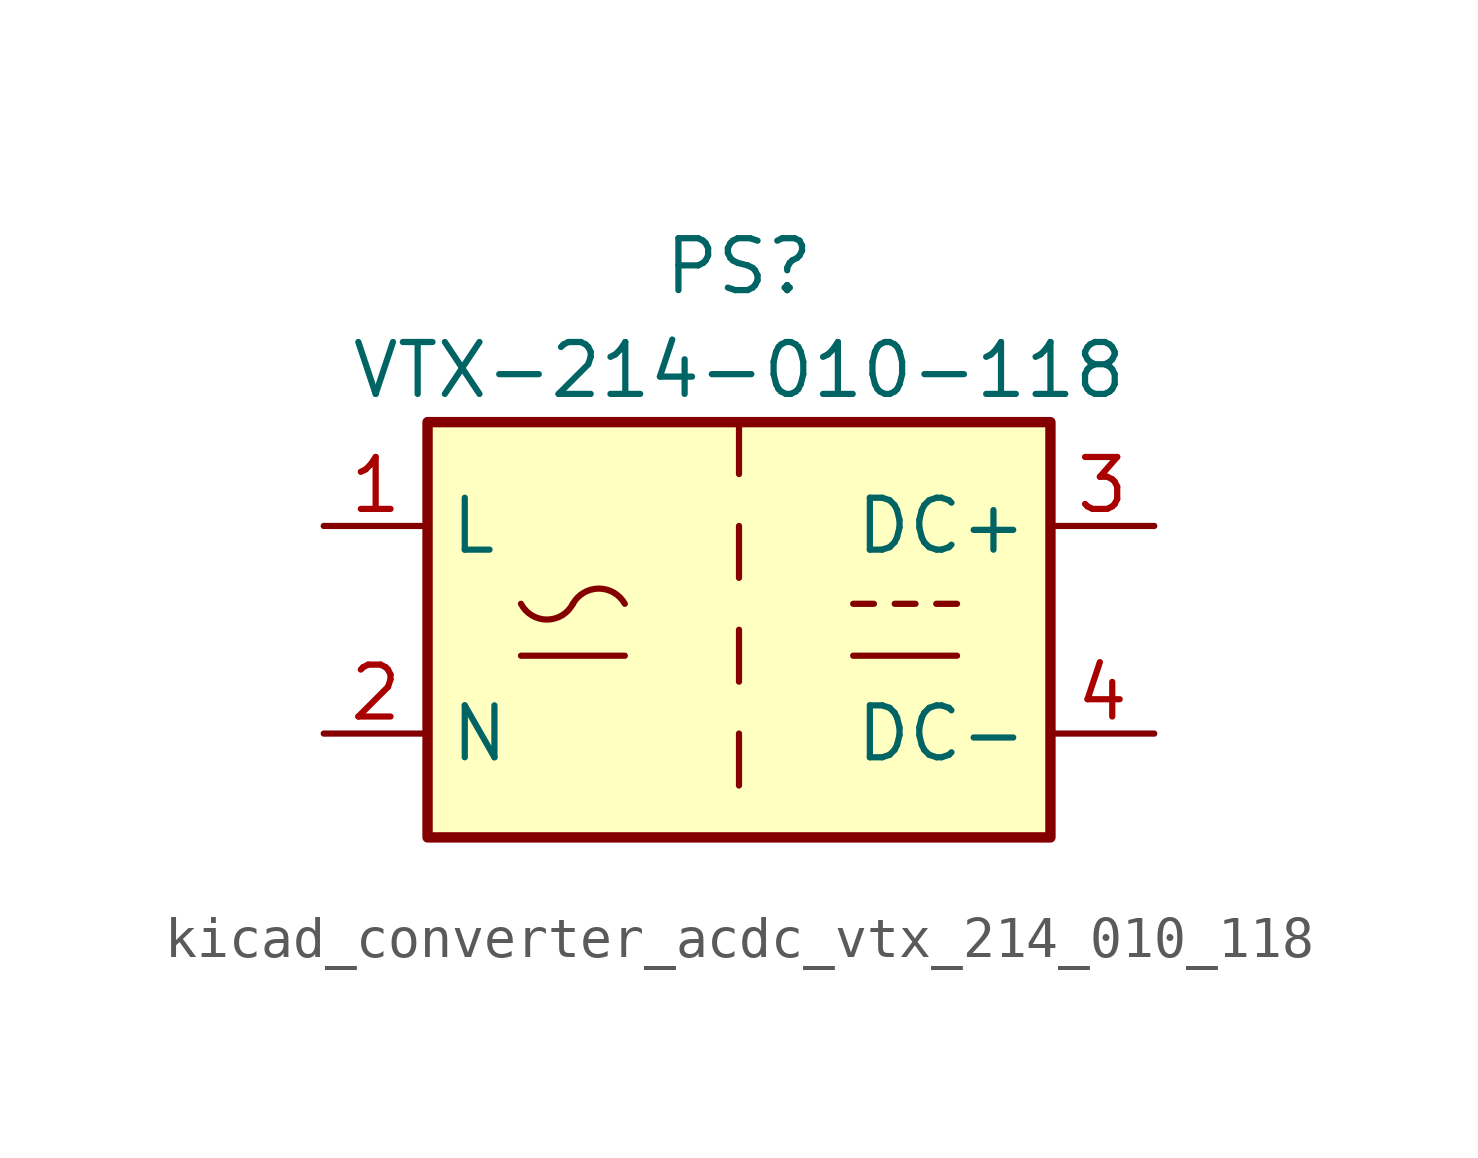
<source format=kicad_sym>
(kicad_symbol_lib
  (version 20220914)
  (generator kicad_symbol_editor)
  (symbol "kicad_converter_acdc_vtx_214_010_118"
    (property "Reference" "PS"
      (at 0 8.89 0)
      (effects (font (size 1.27 1.27))))
    (property "Value" "VTX-214-010-118"
      (at 0 6.35 0)
      (effects (font (size 1.27 1.27))))
    (symbol "kicad_converter_acdc_vtx_214_010_118_0_1"
      (rectangle (start -7.62 5.08) (end 7.62 -5.08) (stroke (width 0.254) (type default)) (fill (type background)))
      (arc (start -5.334 0.635) (mid -4.699 0.2495) (end -4.064 0.635) (stroke (width 0) (type default)) (fill (type none)))
      (arc (start -2.794 0.635) (mid -3.429 1.0072) (end -4.064 0.635) (stroke (width 0) (type default)) (fill (type none)))
      (polyline (pts (xy -5.334 -0.635) (xy -2.794 -0.635)) (stroke (width 0) (type default)) (fill (type none)))
      (polyline (pts (xy 2.794 -0.635) (xy 5.334 -0.635)) (stroke (width 0) (type default)) (fill (type none)))
      (polyline (pts (xy 2.794 0.635) (xy 3.302 0.635)) (stroke (width 0) (type default)) (fill (type none)))
      (polyline (pts (xy 3.81 0.635) (xy 4.318 0.635)) (stroke (width 0) (type default)) (fill (type none)))
      (polyline (pts (xy 4.826 0.635) (xy 5.334 0.635)) (stroke (width 0) (type default)) (fill (type none))))
    (symbol "kicad_converter_acdc_vtx_214_010_118_1_1"
      (polyline (pts (xy 0 -2.54) (xy 0 -3.81)) (stroke (width 0) (type default)) (fill (type none)))
      (polyline (pts (xy 0 0) (xy 0 -1.27)) (stroke (width 0) (type default)) (fill (type none)))
      (polyline (pts (xy 0 2.54) (xy 0 1.27)) (stroke (width 0) (type default)) (fill (type none)))
      (polyline (pts (xy 0 5.08) (xy 0 3.81)) (stroke (width 0) (type default)) (fill (type none)))
      (pin power_in line (at -10.16 2.54 0) (length 2.54) (name "L" (effects (font (size 1.27 1.27)))) (number "1" (effects (font (size 1.27 1.27)))))
      (pin power_in line (at -10.16 -2.54 0) (length 2.54) (name "N" (effects (font (size 1.27 1.27)))) (number "2" (effects (font (size 1.27 1.27)))))
      (pin power_out line (at 10.16 2.54 180) (length 2.54) (name "DC+" (effects (font (size 1.27 1.27)))) (number "3" (effects (font (size 1.27 1.27)))))
      (pin power_out line (at 10.16 -2.54 180) (length 2.54) (name "DC-" (effects (font (size 1.27 1.27)))) (number "4" (effects (font (size 1.27 1.27))))))))
</source>
